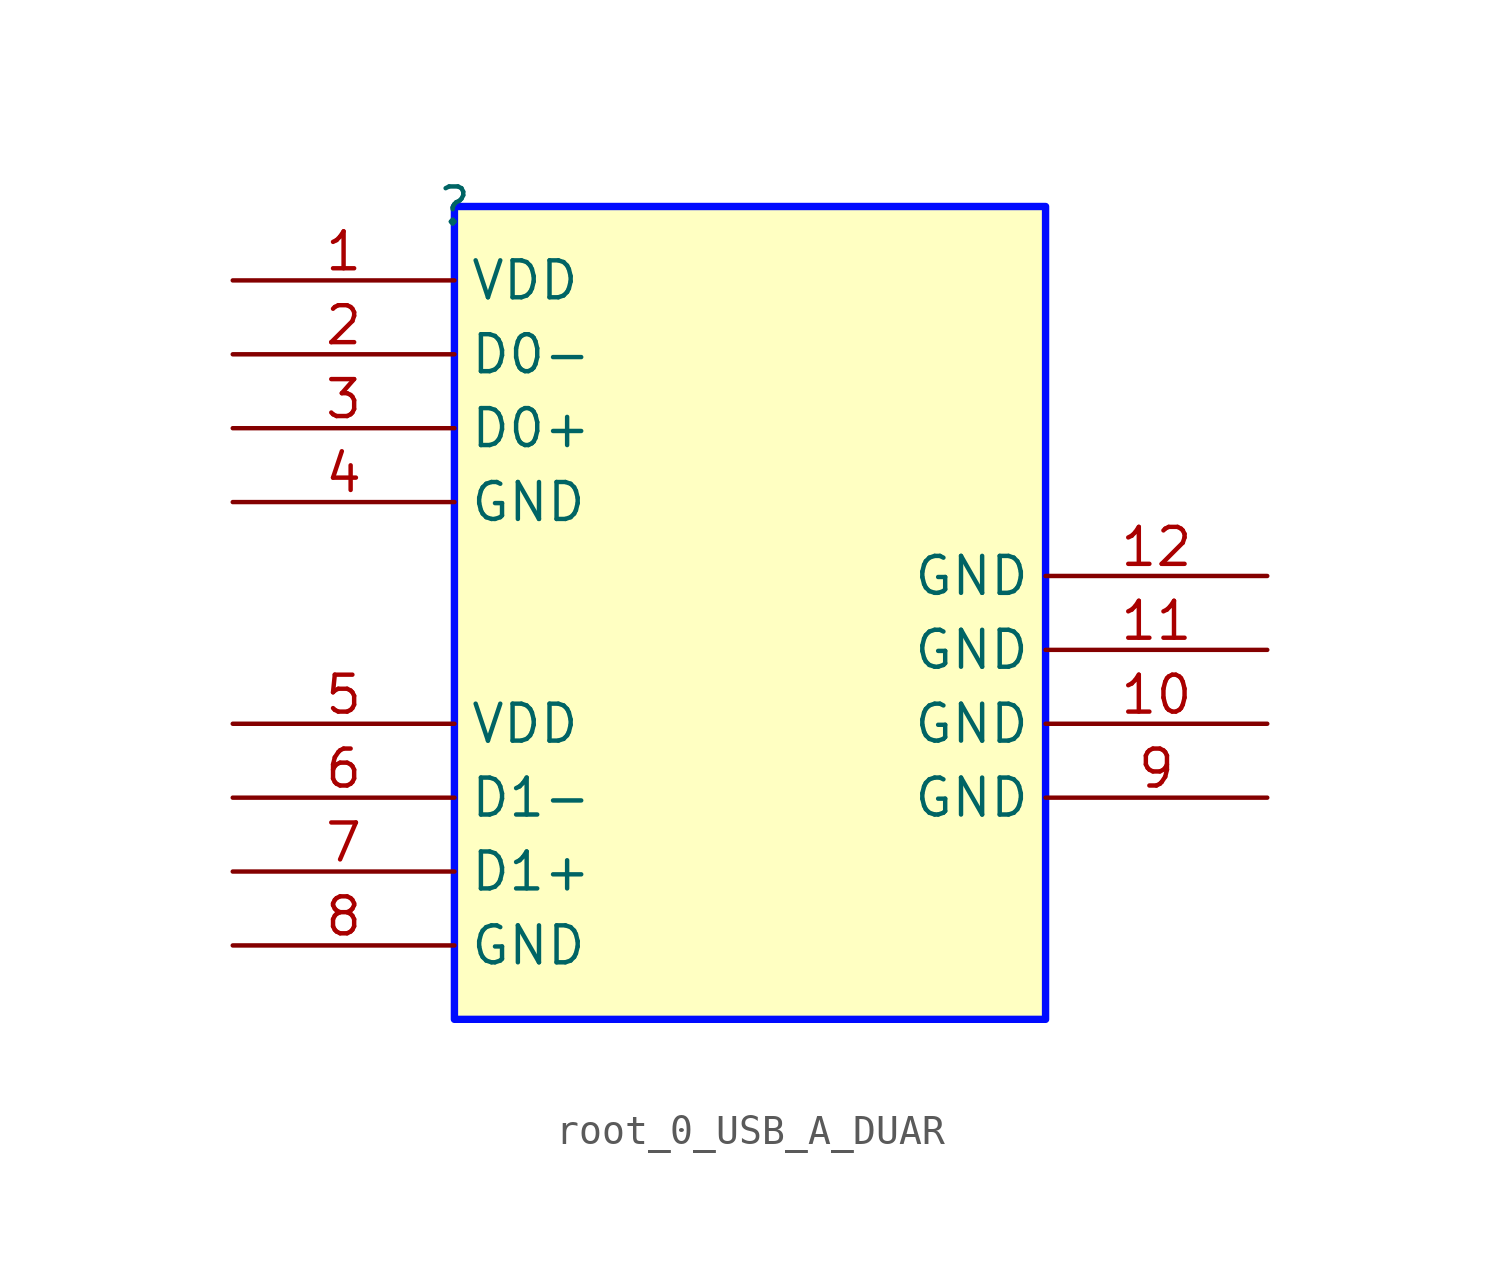
<source format=kicad_sym>
(kicad_symbol_lib
  (version 20231120)
  (generator "kicad_symbol_editor")
  (generator_version "8.0")
  (symbol "root_0_USB_A_DUAR"
    (property "Reference" ""
      (at 0 0 0)
      (effects (font (size 1.27 1.27))))
    (property "Value" ""
      (at 0 0 0)
      (effects (font (size 1.27 1.27))))
    (symbol "root_0_USB_A_DUAR_1_0"
      (rectangle (start 20.32 0) (end 0 -27.94) (stroke (width 0.254) (type solid) (color 0 11 255 1)) (fill (type background)))
      (pin passive line (at -7.62 -2.54 0) (length 7.62) (name "VDD" (effects (font (size 1.27 1.27)))) (number "1" (effects (font (size 1.27 1.27)))))
      (pin passive line (at 27.94 -17.78 180) (length 7.62) (name "GND" (effects (font (size 1.27 1.27)))) (number "10" (effects (font (size 1.27 1.27)))))
      (pin passive line (at 27.94 -15.24 180) (length 7.62) (name "GND" (effects (font (size 1.27 1.27)))) (number "11" (effects (font (size 1.27 1.27)))))
      (pin passive line (at 27.94 -12.7 180) (length 7.62) (name "GND" (effects (font (size 1.27 1.27)))) (number "12" (effects (font (size 1.27 1.27)))))
      (pin passive line (at -7.62 -5.08 0) (length 7.62) (name "D0-" (effects (font (size 1.27 1.27)))) (number "2" (effects (font (size 1.27 1.27)))))
      (pin passive line (at -7.62 -7.62 0) (length 7.62) (name "D0+" (effects (font (size 1.27 1.27)))) (number "3" (effects (font (size 1.27 1.27)))))
      (pin passive line (at -7.62 -10.16 0) (length 7.62) (name "GND" (effects (font (size 1.27 1.27)))) (number "4" (effects (font (size 1.27 1.27)))))
      (pin passive line (at -7.62 -17.78 0) (length 7.62) (name "VDD" (effects (font (size 1.27 1.27)))) (number "5" (effects (font (size 1.27 1.27)))))
      (pin passive line (at -7.62 -20.32 0) (length 7.62) (name "D1-" (effects (font (size 1.27 1.27)))) (number "6" (effects (font (size 1.27 1.27)))))
      (pin passive line (at -7.62 -22.86 0) (length 7.62) (name "D1+" (effects (font (size 1.27 1.27)))) (number "7" (effects (font (size 1.27 1.27)))))
      (pin passive line (at -7.62 -25.4 0) (length 7.62) (name "GND" (effects (font (size 1.27 1.27)))) (number "8" (effects (font (size 1.27 1.27)))))
      (pin passive line (at 27.94 -20.32 180) (length 7.62) (name "GND" (effects (font (size 1.27 1.27)))) (number "9" (effects (font (size 1.27 1.27))))))))
</source>
